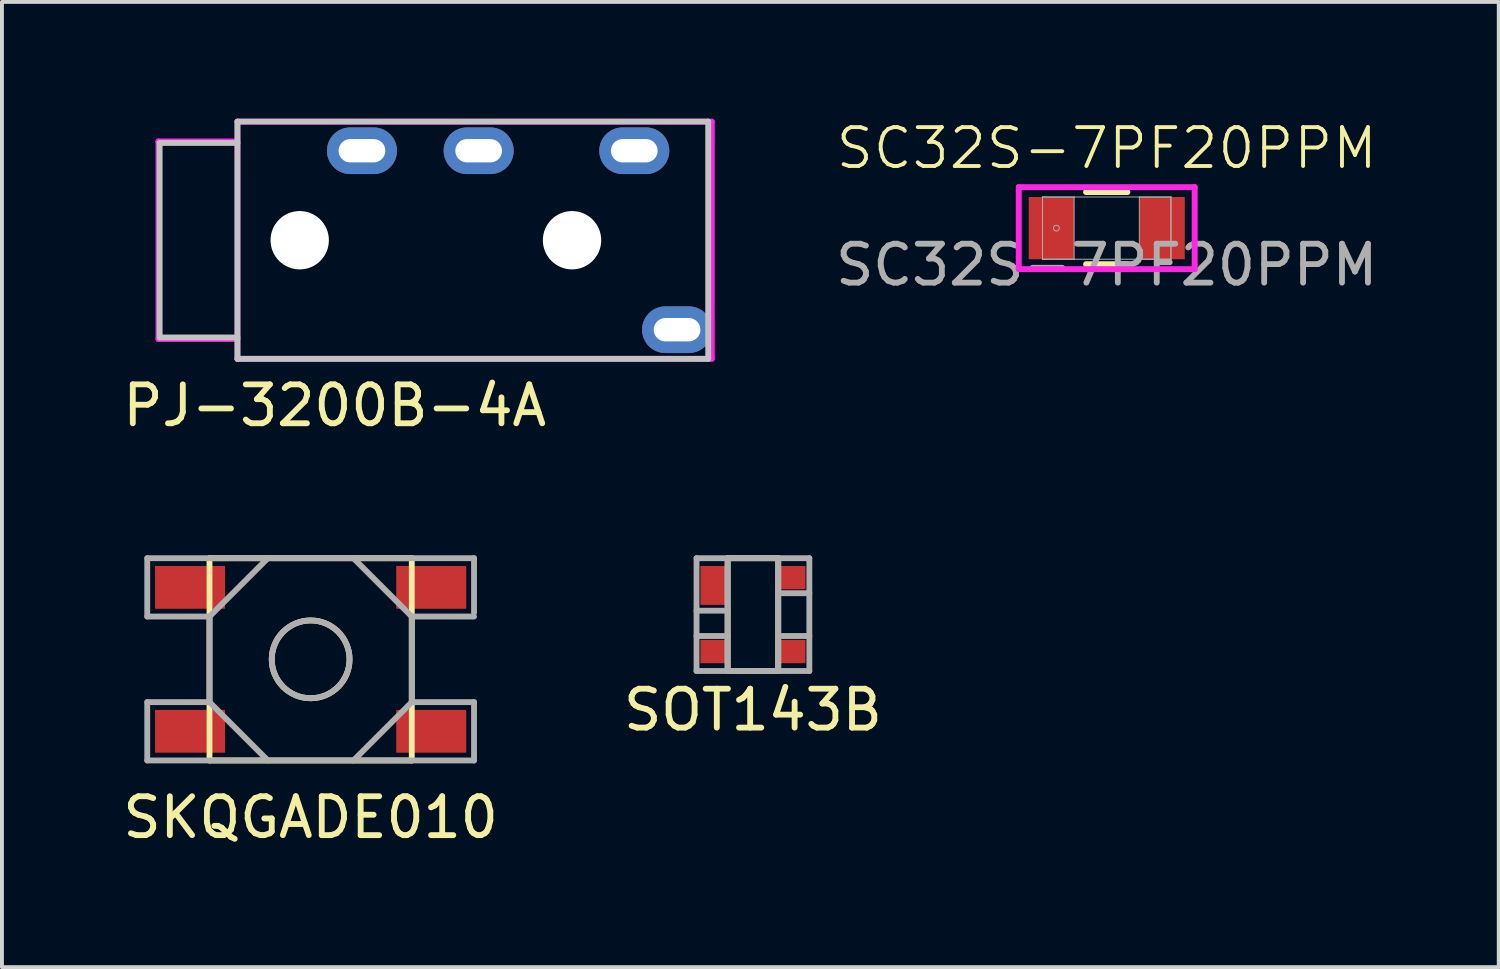
<source format=kicad_pcb>
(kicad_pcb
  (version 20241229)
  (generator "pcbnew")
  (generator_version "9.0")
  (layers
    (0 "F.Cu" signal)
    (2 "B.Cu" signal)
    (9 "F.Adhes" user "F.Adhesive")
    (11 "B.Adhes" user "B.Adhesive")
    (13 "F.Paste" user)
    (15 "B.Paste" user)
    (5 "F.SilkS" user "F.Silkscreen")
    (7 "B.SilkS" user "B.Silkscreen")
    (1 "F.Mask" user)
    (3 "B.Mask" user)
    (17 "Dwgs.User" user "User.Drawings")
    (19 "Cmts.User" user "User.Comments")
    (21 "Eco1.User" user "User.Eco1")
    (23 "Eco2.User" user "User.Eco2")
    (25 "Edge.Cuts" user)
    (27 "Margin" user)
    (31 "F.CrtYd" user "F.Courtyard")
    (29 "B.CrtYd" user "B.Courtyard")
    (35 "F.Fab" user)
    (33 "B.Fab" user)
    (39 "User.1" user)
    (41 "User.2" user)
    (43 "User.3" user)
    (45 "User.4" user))
  (footprint "SC32S-7PF20PPM"
    (layer "F.Cu")
    (at 25.398 1.26)
    (property "Reference" "SC32S-7PF20PPM" (at 0 -0.5 0) (unlocked yes) (layer "F.SilkS") (effects (font (size 1 1) (thickness 0.1))))
    (attr smd)
    (fp_line (start -0.531 2.481) (end 0.531 2.481) (stroke (width 0.152) (type solid)) (layer "F.SilkS"))
    (fp_line (start 0.531 0.627) (end -0.531 0.627) (stroke (width 0.152) (type solid)) (layer "F.SilkS"))
    (fp_line (start -2.261 0.5) (end 2.261 0.5) (stroke (width 0.152) (type solid)) (layer "F.CrtYd"))
    (fp_line (start -2.261 2.608) (end -2.261 0.5) (stroke (width 0.152) (type solid)) (layer "F.CrtYd"))
    (fp_line (start 2.261 0.5) (end 2.261 2.608) (stroke (width 0.152) (type solid)) (layer "F.CrtYd"))
    (fp_line (start 2.261 2.608) (end -2.261 2.608) (stroke (width 0.152) (type solid)) (layer "F.CrtYd"))
    (fp_line (start -1.651 0.754) (end -1.651 2.354) (stroke (width 0.025) (type solid)) (layer "F.Fab"))
    (fp_line (start -1.651 0.754) (end -1.651 2.354) (stroke (width 0.025) (type solid)) (layer "F.Fab"))
    (fp_line (start -1.651 2.354) (end -0.838 2.354) (stroke (width 0.025) (type solid)) (layer "F.Fab"))
    (fp_line (start -1.651 2.354) (end 1.651 2.354) (stroke (width 0.025) (type solid)) (layer "F.Fab"))
    (fp_line (start -0.838 0.754) (end -1.651 0.754) (stroke (width 0.025) (type solid)) (layer "F.Fab"))
    (fp_line (start -0.838 2.354) (end -0.838 0.754) (stroke (width 0.025) (type solid)) (layer "F.Fab"))
    (fp_line (start 0.838 0.754) (end 0.838 2.354) (stroke (width 0.025) (type solid)) (layer "F.Fab"))
    (fp_line (start 0.838 2.354) (end 1.651 2.354) (stroke (width 0.025) (type solid)) (layer "F.Fab"))
    (fp_line (start 1.651 0.754) (end -1.651 0.754) (stroke (width 0.025) (type solid)) (layer "F.Fab"))
    (fp_line (start 1.651 0.754) (end 0.838 0.754) (stroke (width 0.025) (type solid)) (layer "F.Fab"))
    (fp_line (start 1.651 2.354) (end 1.651 0.754) (stroke (width 0.025) (type solid)) (layer "F.Fab"))
    (fp_line (start 1.651 2.354) (end 1.651 0.754) (stroke (width 0.025) (type solid)) (layer "F.Fab"))
    (fp_circle (center -1.295 1.554) (end -1.219 1.554) (stroke (width 0.025) (type solid)) (fill no) (layer "F.Fab"))
    (fp_text user "${REFERENCE}" (at 0 2.5 0) (unlocked yes) (layer "F.Fab") (effects (font (size 1 1) (thickness 0.15))))
    (pad "1" smd rect (at -1.422 1.554) (size 1.168 1.6) (layers "F.Cu" "F.Mask" "F.Paste"))
    (pad "2" smd rect (at 1.422 1.554) (size 1.168 1.6) (layers "F.Cu" "F.Mask" "F.Paste"))
    (zone (net_name "") (layer "F.Cu") (hatch full 0.508) (connect_pads) (min_thickness 0.254) (filled_areas_thickness no) (keepout (tracks not_allowed) (vias not_allowed) (pads allowed) (copperpour not_allowed) (footprints allowed)) (placement (enabled no)) (fill) (polygon (pts (xy 24.611 2.065) (xy 26.185 2.065) (xy 26.185 3.564) (xy 24.611 3.564)))))
  (footprint "PJ-3200B-4A"
    (layer "F.Cu")
    (at 3.054 3.125)
    (property "Reference" "PJ-3200B-4A" (at 2.5 4.25 0) (layer "F.SilkS") (effects (font (size 1 1) (thickness 0.15))))
    (attr through_hole)
    (fp_line (start -2 2.5) (end -2 -2.5) (stroke (width 0.15) (type solid)) (layer "Dwgs.User"))
    (fp_line (start 0 -3.05) (end 0 3.05) (stroke (width 0.15) (type solid)) (layer "Dwgs.User"))
    (fp_line (start 0 -3.05) (end 12.1 -3.05) (stroke (width 0.15) (type solid)) (layer "Dwgs.User"))
    (fp_line (start 0 -2.5) (end -2 -2.5) (stroke (width 0.15) (type solid)) (layer "Dwgs.User"))
    (fp_line (start 0 2.5) (end -2 2.5) (stroke (width 0.15) (type solid)) (layer "Dwgs.User"))
    (fp_line (start 0 3.05) (end 12.1 3.05) (stroke (width 0.15) (type solid)) (layer "Dwgs.User"))
    (fp_line (start 12.1 -3.05) (end 12.1 3.05) (stroke (width 0.15) (type solid)) (layer "Dwgs.User"))
    (fp_line (start -2.032 -2.54) (end -2.032 2.54) (stroke (width 0.15) (type solid)) (layer "F.CrtYd"))
    (fp_line (start -2.032 2.54) (end 0 2.54) (stroke (width 0.15) (type solid)) (layer "F.CrtYd"))
    (fp_line (start 0 -3.048) (end 12.192 -3.048) (stroke (width 0.15) (type solid)) (layer "F.CrtYd"))
    (fp_line (start 0 -2.54) (end -2.032 -2.54) (stroke (width 0.15) (type solid)) (layer "F.CrtYd"))
    (fp_line (start 0 3.048) (end 0 -3.048) (stroke (width 0.15) (type solid)) (layer "F.CrtYd"))
    (fp_line (start 12.192 -3.048) (end 12.192 3.048) (stroke (width 0.15) (type solid)) (layer "F.CrtYd"))
    (fp_line (start 12.192 3.048) (end 0 3.048) (stroke (width 0.15) (type solid)) (layer "F.CrtYd"))
    (pad "" np_thru_hole circle (at 1.6 0) (size 1.5 1.5) (drill 1.5) (layers "*.Cu" "*.Mask"))
    (pad "" np_thru_hole circle (at 8.6 0) (size 1.5 1.5) (drill 1.5) (layers "*.Cu" "*.Mask"))
    (pad "1" thru_hole oval (at 3.2 -2.3) (size 1.8 1.2) (drill oval 1.2 0.6) (layers "*.Cu" "*.Mask"))
    (pad "2" thru_hole oval (at 6.2 -2.3) (size 1.8 1.2) (drill oval 1.2 0.6) (layers "*.Cu" "*.Mask"))
    (pad "3" thru_hole oval (at 10.2 -2.3) (size 1.8 1.2) (drill oval 1.2 0.6) (layers "*.Cu" "*.Mask"))
    (pad "4" thru_hole oval (at 11.3 2.3) (size 1.8 1.2) (drill oval 1.2 0.6) (layers "*.Cu" "*.Mask")))
  (footprint "SOT143B"
    (layer "F.Cu")
    (at 16.304 12.748)
    (property "Reference" "SOT143B" (at 0 2.45 0) (layer "F.SilkS") (effects (font (size 1 1) (thickness 0.15))))
    (attr smd)
    (fp_line (start -0.65 -1.45) (end -0.65 1.45) (stroke (width 0.15) (type solid)) (layer "F.SilkS"))
    (fp_line (start -0.65 1.45) (end 0.65 1.45) (stroke (width 0.15) (type solid)) (layer "F.SilkS"))
    (fp_line (start 0.65 -1.45) (end -0.65 -1.45) (stroke (width 0.15) (type solid)) (layer "F.SilkS"))
    (fp_line (start 0.65 -1.45) (end 0.65 1.45) (stroke (width 0.15) (type solid)) (layer "F.SilkS"))
    (fp_line (start -1.45 -1.45) (end 1.45 -1.45) (stroke (width 0.15) (type solid)) (layer "F.Fab"))
    (fp_line (start -1.45 0.55) (end -0.65 0.55) (stroke (width 0.15) (type solid)) (layer "F.Fab"))
    (fp_line (start -1.45 1.45) (end -1.45 -1.45) (stroke (width 0.15) (type solid)) (layer "F.Fab"))
    (fp_line (start -0.65 -0.1) (end -1.45 -0.1) (stroke (width 0.15) (type solid)) (layer "F.Fab"))
    (fp_line (start -0.65 1.45) (end -0.65 -1.45) (stroke (width 0.15) (type solid)) (layer "F.Fab"))
    (fp_line (start 0.65 -1.45) (end 0.65 1.45) (stroke (width 0.15) (type solid)) (layer "F.Fab"))
    (fp_line (start 0.65 -0.55) (end 1.45 -0.55) (stroke (width 0.15) (type solid)) (layer "F.Fab"))
    (fp_line (start 1.45 -1.45) (end 1.45 1.45) (stroke (width 0.15) (type solid)) (layer "F.Fab"))
    (fp_line (start 1.45 0.55) (end 0.65 0.55) (stroke (width 0.15) (type solid)) (layer "F.Fab"))
    (fp_line (start 1.45 1.45) (end -1.45 1.45) (stroke (width 0.15) (type solid)) (layer "F.Fab"))
    (pad "1" smd rect (at -1 -0.75 270) (size 1 0.7) (layers "F.Cu" "F.Mask" "F.Paste"))
    (pad "2" smd rect (at -1 0.95 270) (size 0.6 0.7) (layers "F.Cu" "F.Mask" "F.Paste"))
    (pad "3" smd rect (at 1 0.95 270) (size 0.6 0.7) (layers "F.Cu" "F.Mask" "F.Paste"))
    (pad "4" smd rect (at 1 -0.95 270) (size 0.6 0.7) (layers "F.Cu" "F.Mask" "F.Paste")))
  (footprint "SKQGADE010"
    (layer "F.Cu")
    (at 4.935 13.898)
    (property "Reference" "SKQGADE010" (at 0 4.064 0) (layer "F.SilkS") (effects (font (size 1 1) (thickness 0.15))))
    (attr smd)
    (fp_line (start -2.6 -2.6) (end 2.6 -2.6) (stroke (width 0.15) (type solid)) (layer "F.SilkS"))
    (fp_line (start -2.6 2.6) (end -2.6 -2.6) (stroke (width 0.15) (type solid)) (layer "F.SilkS"))
    (fp_line (start 2.6 -2.6) (end 2.6 2.6) (stroke (width 0.15) (type solid)) (layer "F.SilkS"))
    (fp_line (start 2.6 2.6) (end -2.6 2.6) (stroke (width 0.15) (type solid)) (layer "F.SilkS"))
    (fp_circle (center 0 0) (end 1 0) (stroke (width 0.15) (type solid)) (fill no) (layer "F.SilkS"))
    (fp_line (start -4.2 -2.6) (end 4.2 -2.6) (stroke (width 0.15) (type solid)) (layer "F.Fab"))
    (fp_line (start -4.2 -1.1) (end -4.2 -2.6) (stroke (width 0.15) (type solid)) (layer "F.Fab"))
    (fp_line (start -4.2 1.1) (end -2.6 1.1) (stroke (width 0.15) (type solid)) (layer "F.Fab"))
    (fp_line (start -4.2 2.6) (end -4.2 1.1) (stroke (width 0.15) (type solid)) (layer "F.Fab"))
    (fp_line (start -2.6 -1.1) (end -4.2 -1.1) (stroke (width 0.15) (type solid)) (layer "F.Fab"))
    (fp_line (start -2.6 -1.1) (end -1.1 -2.6) (stroke (width 0.15) (type solid)) (layer "F.Fab"))
    (fp_line (start -2.6 1.1) (end -2.6 -1.1) (stroke (width 0.15) (type solid)) (layer "F.Fab"))
    (fp_line (start -2.6 1.1) (end -1.1 2.6) (stroke (width 0.15) (type solid)) (layer "F.Fab"))
    (fp_line (start 2.6 -1.1) (end 1.1 -2.6) (stroke (width 0.15) (type solid)) (layer "F.Fab"))
    (fp_line (start 2.6 -1.1) (end 2.6 1.1) (stroke (width 0.15) (type solid)) (layer "F.Fab"))
    (fp_line (start 2.6 1.1) (end 1.1 2.6) (stroke (width 0.15) (type solid)) (layer "F.Fab"))
    (fp_line (start 2.6 1.1) (end 4.2 1.1) (stroke (width 0.15) (type solid)) (layer "F.Fab"))
    (fp_line (start 4.2 -2.6) (end 4.2 -1.2) (stroke (width 0.15) (type solid)) (layer "F.Fab"))
    (fp_line (start 4.2 -1.1) (end 2.6 -1.1) (stroke (width 0.15) (type solid)) (layer "F.Fab"))
    (fp_line (start 4.2 1.1) (end 4.2 2.6) (stroke (width 0.15) (type solid)) (layer "F.Fab"))
    (fp_line (start 4.2 2.6) (end -4.2 2.6) (stroke (width 0.15) (type solid)) (layer "F.Fab"))
    (fp_circle (center 0 0) (end 1 0) (stroke (width 0.15) (type solid)) (fill no) (layer "F.Fab"))
    (pad "1" smd rect (at 3.1 1.85) (size 1.8 1.1) (layers "F.Cu" "F.Mask" "F.Paste"))
    (pad "2" smd rect (at -3.1 -1.85) (size 1.8 1.1) (layers "F.Cu" "F.Mask" "F.Paste"))
    (pad "3" smd rect (at 3.1 -1.85) (size 1.8 1.1) (layers "F.Cu" "F.Mask" "F.Paste"))
    (pad "4" smd rect (at -3.1 1.85) (size 1.8 1.1) (layers "F.Cu" "F.Mask" "F.Paste")))
  (gr_rect
    (start -3 -3)
    (end 35.475 21.811)
    (stroke (width 0.1) (type default))
    (fill no)
    (layer "Edge.Cuts")))
</source>
